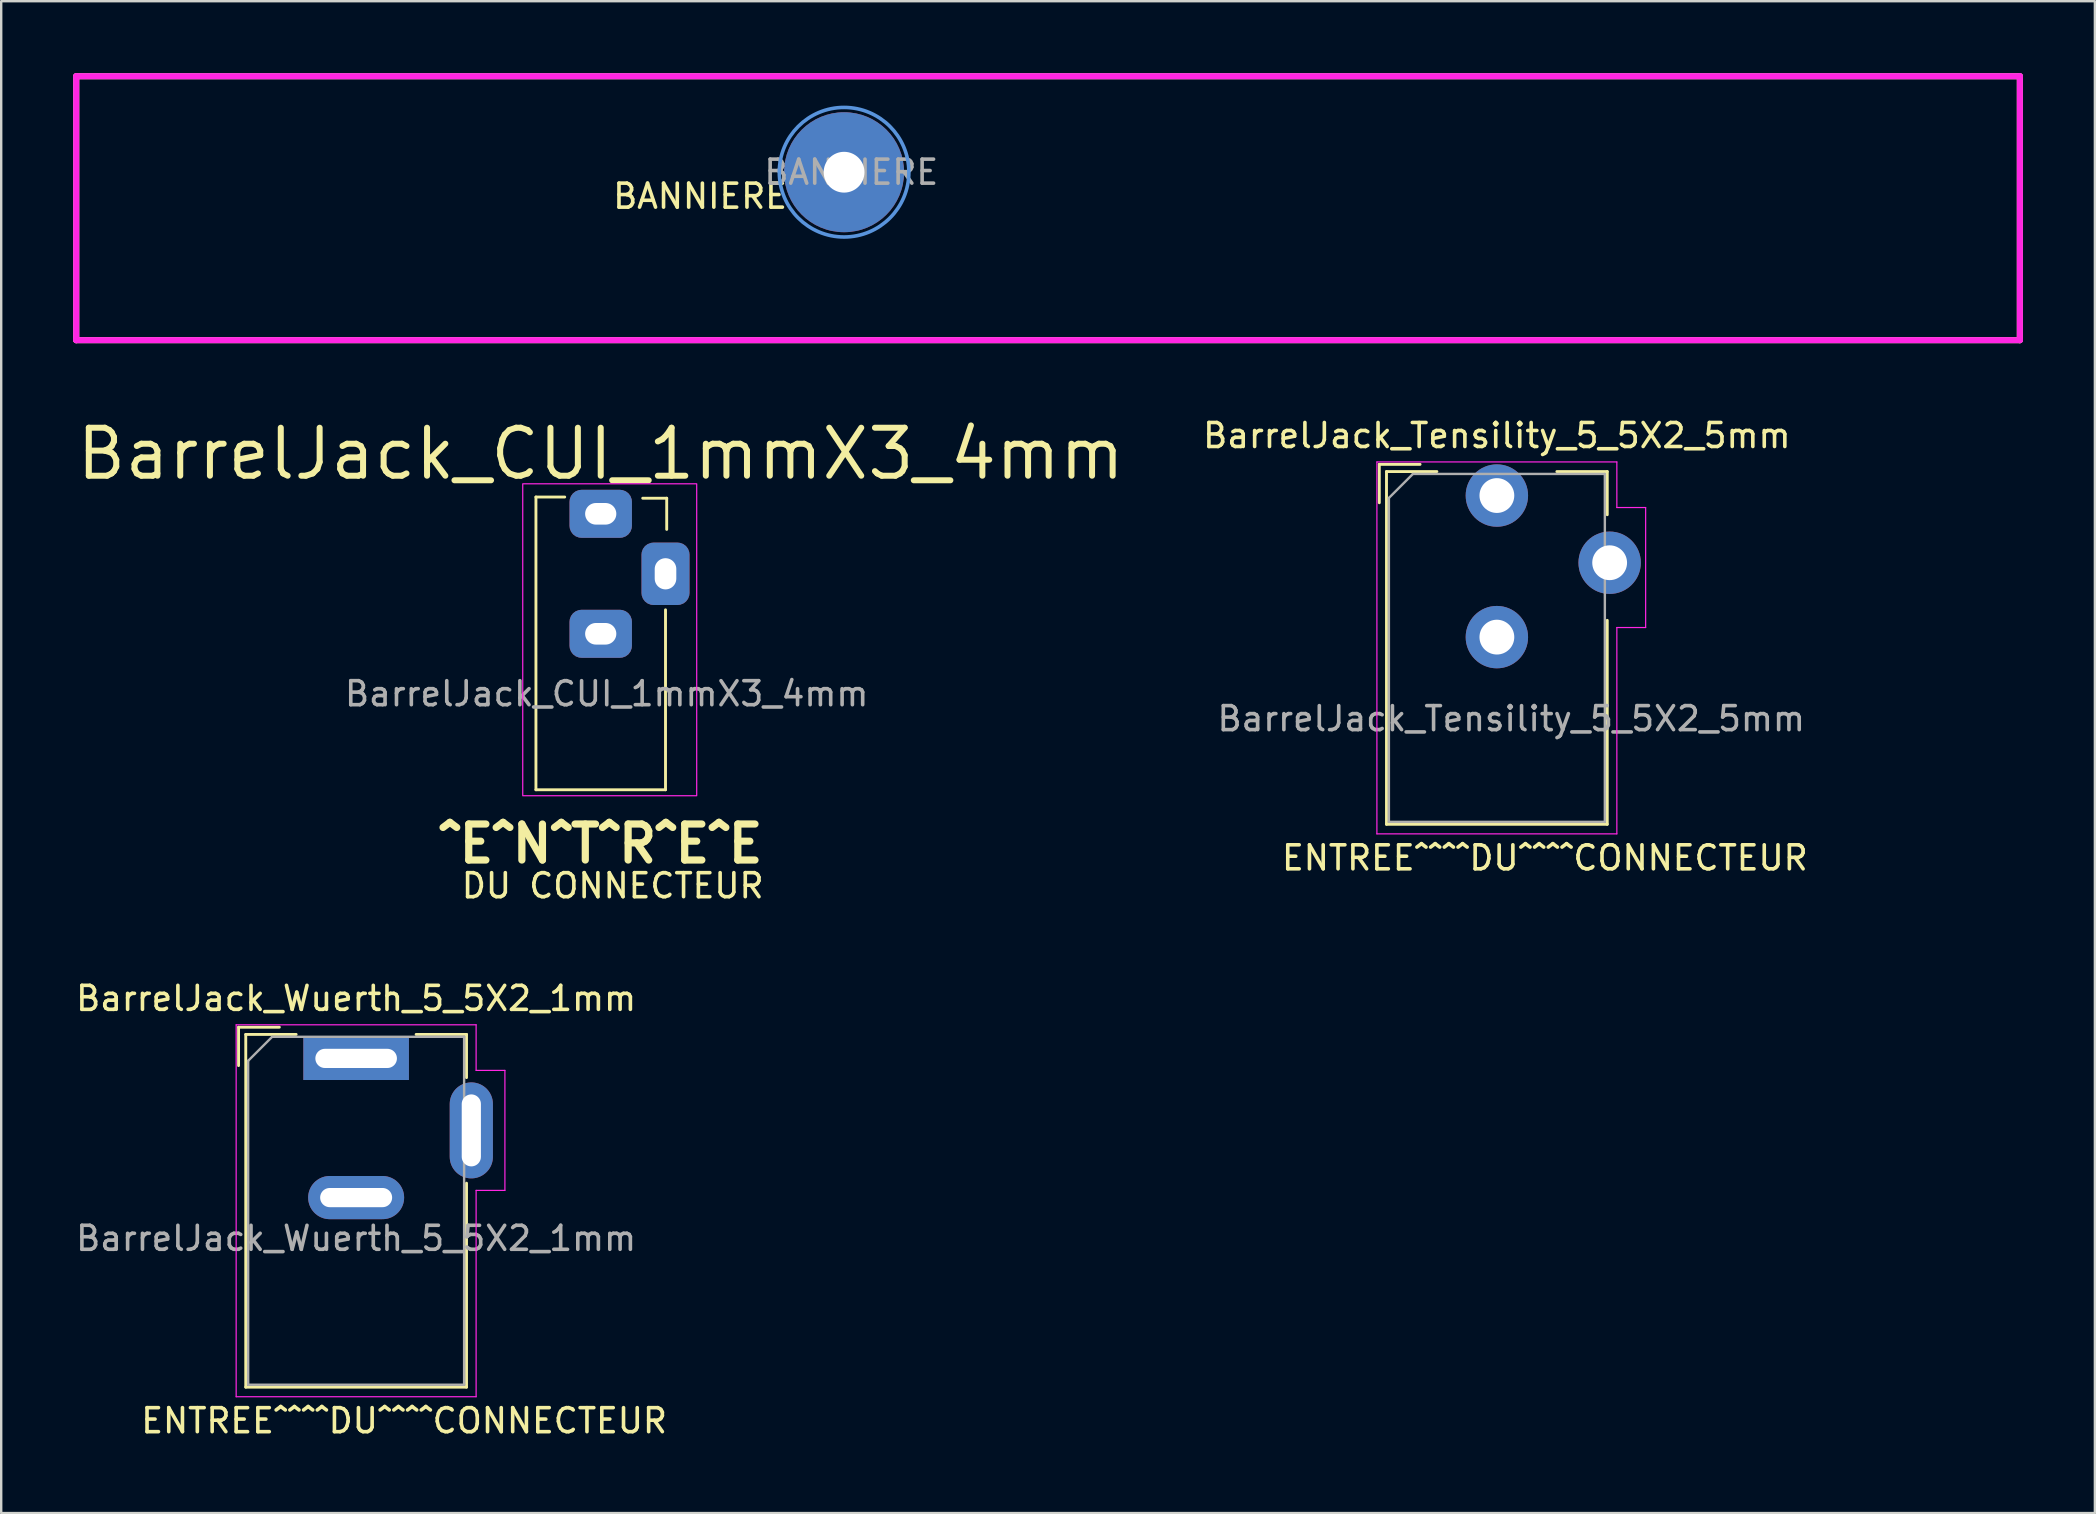
<source format=kicad_pcb>
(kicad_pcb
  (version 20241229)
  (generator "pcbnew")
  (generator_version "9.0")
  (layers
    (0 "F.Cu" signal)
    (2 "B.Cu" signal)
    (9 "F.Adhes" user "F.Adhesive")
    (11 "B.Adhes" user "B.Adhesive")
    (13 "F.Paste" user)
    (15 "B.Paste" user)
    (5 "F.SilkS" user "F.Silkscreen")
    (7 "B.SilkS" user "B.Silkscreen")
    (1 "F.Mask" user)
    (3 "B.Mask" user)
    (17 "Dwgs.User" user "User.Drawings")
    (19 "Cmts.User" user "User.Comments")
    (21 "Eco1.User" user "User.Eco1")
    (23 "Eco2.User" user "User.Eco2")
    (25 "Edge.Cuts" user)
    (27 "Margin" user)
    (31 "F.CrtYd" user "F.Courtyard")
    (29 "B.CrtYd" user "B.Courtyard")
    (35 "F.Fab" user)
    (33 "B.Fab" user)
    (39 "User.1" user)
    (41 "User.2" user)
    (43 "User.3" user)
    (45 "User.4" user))
  (footprint "BarrelJack_CUI_1mmX3_4mm"
    (layer "F.Cu")
    (at 21.985 18.363)
    (property "Reference" "BarrelJack_CUI_1mmX3_4mm" (at 0 -2.5 0) (layer "F.SilkS") (effects (font (size 2 2) (thickness 0.25))))
    (attr through_hole)
    (fp_line (start -2.7 -0.7) (end -1.5 -0.7) (stroke (width 0.12) (type solid)) (layer "F.SilkS"))
    (fp_line (start -2.7 11.5) (end -2.7 -0.7) (stroke (width 0.12) (type solid)) (layer "F.SilkS"))
    (fp_line (start 1.75 -0.65) (end 2.75 -0.65) (stroke (width 0.12) (type solid)) (layer "F.SilkS"))
    (fp_line (start 2.7 4) (end 2.7 11.5) (stroke (width 0.12) (type solid)) (layer "F.SilkS"))
    (fp_line (start 2.7 11.5) (end -2.7 11.5) (stroke (width 0.12) (type solid)) (layer "F.SilkS"))
    (fp_line (start 2.75 -0.65) (end 2.75 0.65) (stroke (width 0.12) (type solid)) (layer "F.SilkS"))
    (fp_rect (start -3.25 -1.25) (end 4 11.75) (stroke (width 0.05) (type solid)) (fill no) (layer "F.CrtYd"))
    (fp_text user "DU CONNECTEUR" (at 0.5 15.5 0) (unlocked yes) (layer "F.SilkS") (effects (font (size 1 1) (thickness 0.15))))
    (fp_text user "^E^N^T^R^E^E" (at 0 13.75 0) (unlocked yes) (layer "F.SilkS") (effects (font (size 1.5 1.5) (thickness 0.3))))
    (fp_text user "${REFERENCE}" (at 0.25 7.5 0) (layer "F.Fab") (effects (font (size 1 1) (thickness 0.15))))
    (pad "1" thru_hole roundrect (at 0 0) (size 2.6 2) (drill oval 1.3 0.9) (layers "*.Cu" "*.Mask") (roundrect_rratio 0.25))
    (pad "2" thru_hole roundrect (at 0 5) (size 2.6 2) (drill oval 1.3 0.9) (layers "*.Cu" "*.Mask") (roundrect_rratio 0.25))
    (pad "3" thru_hole roundrect (at 2.7 2.5 90) (size 2.6 2) (drill oval 1.3 0.9) (layers "*.Cu" "*.Mask") (roundrect_rratio 0.25)))
  (footprint "BarrelJack_Wuerth_5_5X2_1mm"
    (layer "F.Cu")
    (at 11.792 41.059)
    (property "Reference" "BarrelJack_Wuerth_5_5X2_1mm" (at 0 -2.5 0) (layer "F.SilkS") (effects (font (size 1 1) (thickness 0.15))))
    (attr through_hole)
    (fp_line (start -4.9 -1.3) (end -4.9 0.3) (stroke (width 0.12) (type solid)) (layer "F.SilkS"))
    (fp_line (start -4.6 -1) (end -2.5 -1) (stroke (width 0.12) (type solid)) (layer "F.SilkS"))
    (fp_line (start -4.6 13.7) (end -4.6 -1) (stroke (width 0.12) (type solid)) (layer "F.SilkS"))
    (fp_line (start -3.2 -1.3) (end -4.9 -1.3) (stroke (width 0.12) (type solid)) (layer "F.SilkS"))
    (fp_line (start 2.5 -1) (end 4.6 -1) (stroke (width 0.12) (type solid)) (layer "F.SilkS"))
    (fp_line (start 4.6 -1) (end 4.6 0.8) (stroke (width 0.12) (type solid)) (layer "F.SilkS"))
    (fp_line (start 4.6 5.2) (end 4.6 13.7) (stroke (width 0.12) (type solid)) (layer "F.SilkS"))
    (fp_line (start 4.6 13.7) (end -4.6 13.7) (stroke (width 0.12) (type solid)) (layer "F.SilkS"))
    (fp_line (start -5 -1.4) (end -5 14.1) (stroke (width 0.05) (type solid)) (layer "F.CrtYd"))
    (fp_line (start -5 14.1) (end 5 14.1) (stroke (width 0.05) (type solid)) (layer "F.CrtYd"))
    (fp_line (start 5 -1.4) (end -5 -1.4) (stroke (width 0.05) (type solid)) (layer "F.CrtYd"))
    (fp_line (start 5 0.5) (end 5 -1.4) (stroke (width 0.05) (type solid)) (layer "F.CrtYd"))
    (fp_line (start 5 14.1) (end 5 5.5) (stroke (width 0.05) (type solid)) (layer "F.CrtYd"))
    (fp_line (start 6.2 0.5) (end 5 0.5) (stroke (width 0.05) (type solid)) (layer "F.CrtYd"))
    (fp_line (start 6.2 0.5) (end 6.2 5.5) (stroke (width 0.05) (type solid)) (layer "F.CrtYd"))
    (fp_line (start 6.2 5.5) (end 5 5.5) (stroke (width 0.05) (type solid)) (layer "F.CrtYd"))
    (fp_line (start -4.5 0.1) (end -3.5 -0.9) (stroke (width 0.1) (type solid)) (layer "F.Fab"))
    (fp_line (start -4.5 13.6) (end -4.5 0.1) (stroke (width 0.1) (type solid)) (layer "F.Fab"))
    (fp_line (start 4.5 -0.9) (end -3.5 -0.9) (stroke (width 0.1) (type solid)) (layer "F.Fab"))
    (fp_line (start 4.5 -0.9) (end 4.5 13.6) (stroke (width 0.1) (type solid)) (layer "F.Fab"))
    (fp_line (start 4.5 13.6) (end -4.5 13.6) (stroke (width 0.1) (type solid)) (layer "F.Fab"))
    (fp_text user "ENTREE^^^^DU^^^^CONNECTEUR" (at 2 15.1 0) (layer "F.SilkS") (effects (font (size 1 1) (thickness 0.15))))
    (fp_text user "${REFERENCE}" (at 0 7.5 0) (layer "F.Fab") (effects (font (size 1 1) (thickness 0.15))))
    (pad "1" thru_hole rect (at 0 0) (size 4.4 1.8) (drill oval 3.4 0.8) (layers "*.Cu" "*.Mask"))
    (pad "2" thru_hole oval (at 0 5.8) (size 4 1.8) (drill oval 3 0.8) (layers "*.Cu" "*.Mask"))
    (pad "3" thru_hole oval (at 4.8 3 90) (size 4 1.8) (drill oval 3 0.8) (layers "*.Cu" "*.Mask")))
  (footprint "BarrelJack_Tensility_5_5X2_5mm"
    (layer "F.Cu")
    (at 59.332 17.602)
    (property "Reference" "BarrelJack_Tensility_5_5X2_5mm" (at 0 -2.5 0) (layer "F.SilkS") (effects (font (size 1 1) (thickness 0.15))))
    (attr through_hole)
    (fp_line (start -4.9 -1.3) (end -4.9 0.3) (stroke (width 0.12) (type solid)) (layer "F.SilkS"))
    (fp_line (start -4.6 -1) (end -2.5 -1) (stroke (width 0.12) (type solid)) (layer "F.SilkS"))
    (fp_line (start -4.6 13.7) (end -4.6 -1) (stroke (width 0.12) (type solid)) (layer "F.SilkS"))
    (fp_line (start -3.2 -1.3) (end -4.9 -1.3) (stroke (width 0.12) (type solid)) (layer "F.SilkS"))
    (fp_line (start 2.5 -1) (end 4.6 -1) (stroke (width 0.12) (type solid)) (layer "F.SilkS"))
    (fp_line (start 4.6 -1) (end 4.6 0.8) (stroke (width 0.12) (type solid)) (layer "F.SilkS"))
    (fp_line (start 4.6 5.2) (end 4.6 13.7) (stroke (width 0.12) (type solid)) (layer "F.SilkS"))
    (fp_line (start 4.6 13.7) (end -4.6 13.7) (stroke (width 0.12) (type solid)) (layer "F.SilkS"))
    (fp_line (start -5 -1.4) (end -5 14.1) (stroke (width 0.05) (type solid)) (layer "F.CrtYd"))
    (fp_line (start -5 14.1) (end 5 14.1) (stroke (width 0.05) (type solid)) (layer "F.CrtYd"))
    (fp_line (start 5 -1.4) (end -5 -1.4) (stroke (width 0.05) (type solid)) (layer "F.CrtYd"))
    (fp_line (start 5 0.5) (end 5 -1.4) (stroke (width 0.05) (type solid)) (layer "F.CrtYd"))
    (fp_line (start 5 14.1) (end 5 5.5) (stroke (width 0.05) (type solid)) (layer "F.CrtYd"))
    (fp_line (start 6.2 0.5) (end 5 0.5) (stroke (width 0.05) (type solid)) (layer "F.CrtYd"))
    (fp_line (start 6.2 0.5) (end 6.2 5.5) (stroke (width 0.05) (type solid)) (layer "F.CrtYd"))
    (fp_line (start 6.2 5.5) (end 5 5.5) (stroke (width 0.05) (type solid)) (layer "F.CrtYd"))
    (fp_line (start -4.5 0.1) (end -3.5 -0.9) (stroke (width 0.1) (type solid)) (layer "F.Fab"))
    (fp_line (start -4.5 13.6) (end -4.5 0.1) (stroke (width 0.1) (type solid)) (layer "F.Fab"))
    (fp_line (start 4.5 -0.9) (end -3.5 -0.9) (stroke (width 0.1) (type solid)) (layer "F.Fab"))
    (fp_line (start 4.5 -0.9) (end 4.5 13.6) (stroke (width 0.1) (type solid)) (layer "F.Fab"))
    (fp_line (start 4.5 13.6) (end -4.5 13.6) (stroke (width 0.1) (type solid)) (layer "F.Fab"))
    (fp_text user "ENTREE^^^^DU^^^^CONNECTEUR" (at 2 15.1 0) (layer "F.SilkS") (effects (font (size 1 1) (thickness 0.15))))
    (fp_text user "${REFERENCE}" (at 0.6 9.3 0) (layer "F.Fab") (effects (font (size 1 1) (thickness 0.15))))
    (pad "1" thru_hole circle (at 0 0) (size 2.6 2.6) (drill 1.45) (layers "*.Cu" "*.Mask"))
    (pad "2" thru_hole circle (at 0 5.9) (size 2.6 2.6) (drill 1.45) (layers "*.Cu" "*.Mask"))
    (pad "3" thru_hole circle (at 4.7 2.8) (size 2.6 2.6) (drill 1.45) (layers "*.Cu" "*.Mask")))
  (footprint "BANNIERE"
    (layer "F.Cu")
    (at 32.127 4.127)
    (property "Reference" "BANNIERE" (at -6 1 0) (layer "F.SilkS") (effects (font (size 1 1) (thickness 0.15))))
    (attr exclude_from_pos_files exclude_from_bom)
    (fp_line (start -32 -4) (end 49 -4) (stroke (width 0.254) (type solid)) (layer "F.SilkS"))
    (fp_line (start -32 7) (end -32 -4) (stroke (width 0.254) (type solid)) (layer "F.SilkS"))
    (fp_line (start 49 -4) (end 49 7) (stroke (width 0.254) (type solid)) (layer "F.SilkS"))
    (fp_line (start 49 7) (end -32 7) (stroke (width 0.254) (type solid)) (layer "F.SilkS"))
    (fp_circle (center 0 0) (end 2.7 0) (stroke (width 0.15) (type solid)) (fill no) (layer "Cmts.User"))
    (fp_line (start -32 -4) (end 49 -4) (stroke (width 0.254) (type solid)) (layer "F.CrtYd"))
    (fp_line (start -32 7) (end -32 -4) (stroke (width 0.254) (type solid)) (layer "F.CrtYd"))
    (fp_line (start 49 -4) (end 49 7) (stroke (width 0.254) (type solid)) (layer "F.CrtYd"))
    (fp_line (start 49 7) (end -32 7) (stroke (width 0.254) (type solid)) (layer "F.CrtYd"))
    (fp_text user "${REFERENCE}" (at 0.3 0 0) (layer "F.Fab") (effects (font (size 1 1) (thickness 0.15))))
    (pad "1" thru_hole circle (at 0 0) (size 5 5) (drill 1.7) (layers "*.Cu" "*.Mask")))
  (gr_rect
    (start -3 -3)
    (end 84.254 60.008)
    (stroke (width 0.1) (type default))
    (fill no)
    (layer "Edge.Cuts")))
</source>
